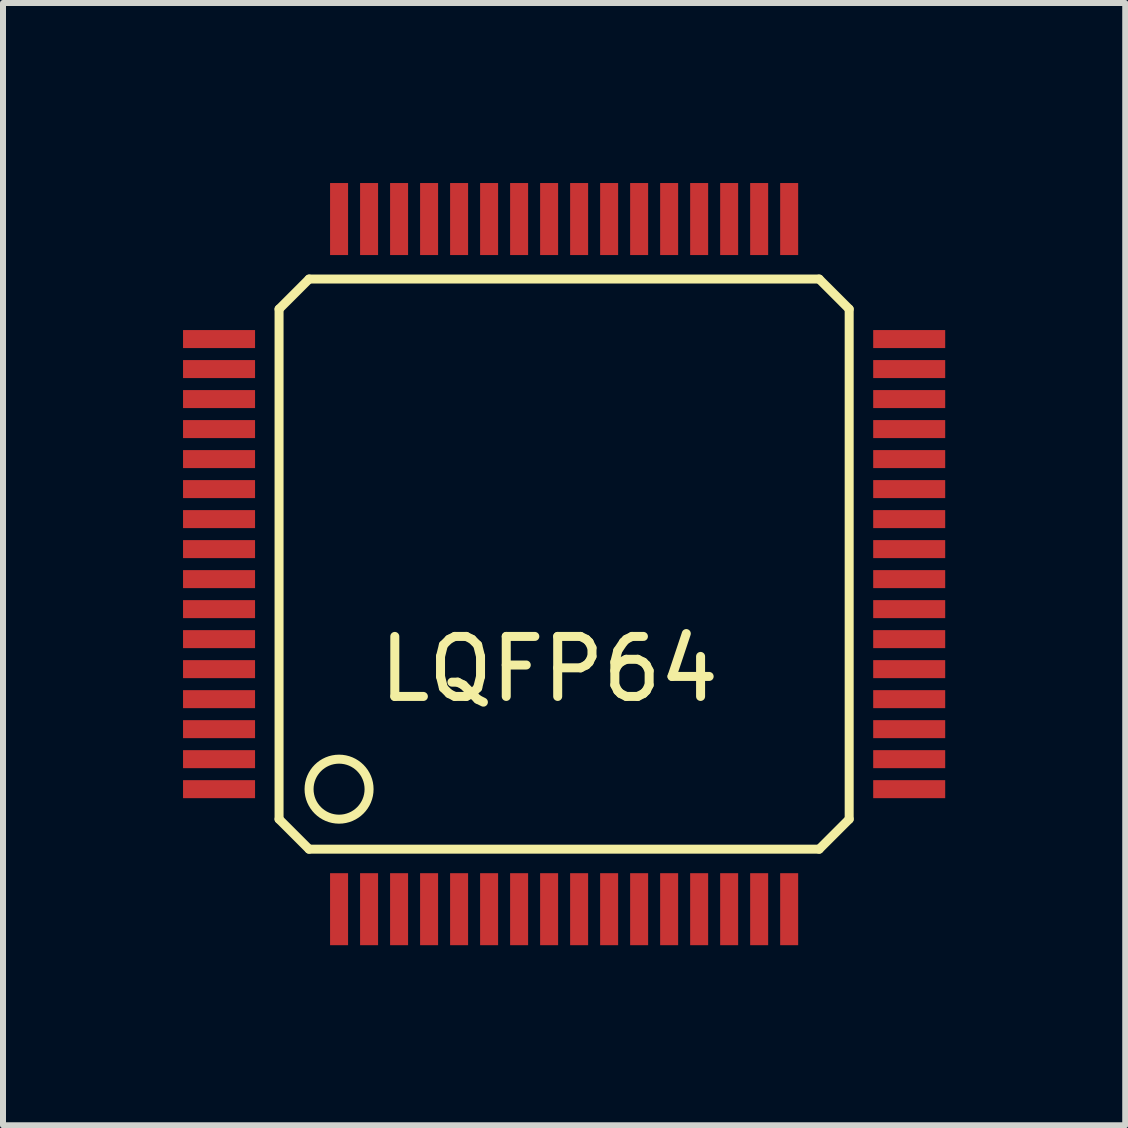
<source format=kicad_pcb>
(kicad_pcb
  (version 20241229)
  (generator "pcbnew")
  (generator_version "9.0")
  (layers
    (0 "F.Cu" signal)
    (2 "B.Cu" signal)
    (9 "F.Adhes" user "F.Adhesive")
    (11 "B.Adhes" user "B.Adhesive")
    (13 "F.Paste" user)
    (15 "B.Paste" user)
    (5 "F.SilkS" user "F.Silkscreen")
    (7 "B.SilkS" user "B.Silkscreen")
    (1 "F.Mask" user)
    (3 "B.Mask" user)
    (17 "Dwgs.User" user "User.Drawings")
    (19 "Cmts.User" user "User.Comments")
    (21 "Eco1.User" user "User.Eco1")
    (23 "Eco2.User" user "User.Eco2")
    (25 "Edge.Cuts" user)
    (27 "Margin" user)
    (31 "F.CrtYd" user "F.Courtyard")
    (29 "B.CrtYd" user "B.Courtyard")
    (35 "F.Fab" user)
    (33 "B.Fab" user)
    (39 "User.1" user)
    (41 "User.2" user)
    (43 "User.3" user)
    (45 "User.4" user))
  (footprint "LQFP64"
    (layer "F.Cu")
    (at 2.6 12.1)
    (property "Reference" "LQFP64" (at 3.5 -4 0) (layer "F.SilkS") (effects (font (size 1 1) (thickness 0.15))))
    (attr through_hole)
    (fp_line (start -1 -10) (end -1 -1.5) (stroke (width 0.15) (type solid)) (layer "F.SilkS"))
    (fp_line (start -1 -1.5) (end -0.5 -1) (stroke (width 0.15) (type solid)) (layer "F.SilkS"))
    (fp_line (start -0.5 -10.5) (end -1 -10) (stroke (width 0.15) (type solid)) (layer "F.SilkS"))
    (fp_line (start -0.5 -1) (end 8 -1) (stroke (width 0.15) (type solid)) (layer "F.SilkS"))
    (fp_line (start 8 -10.5) (end -0.5 -10.5) (stroke (width 0.15) (type solid)) (layer "F.SilkS"))
    (fp_line (start 8 -1) (end 8.5 -1.5) (stroke (width 0.15) (type solid)) (layer "F.SilkS"))
    (fp_line (start 8.5 -10) (end 8 -10.5) (stroke (width 0.15) (type solid)) (layer "F.SilkS"))
    (fp_line (start 8.5 -1.5) (end 8.5 -10) (stroke (width 0.15) (type solid)) (layer "F.SilkS"))
    (fp_circle (center 0 -2) (end 0 -2.5) (stroke (width 0.15) (type solid)) (fill no) (layer "F.SilkS"))
    (pad "1" smd rect (at 0 0) (size 0.3 1.2) (layers "F.Cu" "F.Mask" "F.Paste"))
    (pad "2" smd rect (at 0.5 0) (size 0.3 1.2) (layers "F.Cu" "F.Mask" "F.Paste"))
    (pad "3" smd rect (at 1 0) (size 0.3 1.2) (layers "F.Cu" "F.Mask" "F.Paste"))
    (pad "4" smd rect (at 1.5 0) (size 0.3 1.2) (layers "F.Cu" "F.Mask" "F.Paste"))
    (pad "5" smd rect (at 2 0) (size 0.3 1.2) (layers "F.Cu" "F.Mask" "F.Paste"))
    (pad "6" smd rect (at 2.5 0) (size 0.3 1.2) (layers "F.Cu" "F.Mask" "F.Paste"))
    (pad "7" smd rect (at 3 0) (size 0.3 1.2) (layers "F.Cu" "F.Mask" "F.Paste"))
    (pad "8" smd rect (at 3.5 0) (size 0.3 1.2) (layers "F.Cu" "F.Mask" "F.Paste"))
    (pad "9" smd rect (at 4 0) (size 0.3 1.2) (layers "F.Cu" "F.Mask" "F.Paste"))
    (pad "10" smd rect (at 4.5 0) (size 0.3 1.2) (layers "F.Cu" "F.Mask" "F.Paste"))
    (pad "11" smd rect (at 5 0) (size 0.3 1.2) (layers "F.Cu" "F.Mask" "F.Paste"))
    (pad "12" smd rect (at 5.5 0) (size 0.3 1.2) (layers "F.Cu" "F.Mask" "F.Paste"))
    (pad "13" smd rect (at 6 0) (size 0.3 1.2) (layers "F.Cu" "F.Mask" "F.Paste"))
    (pad "14" smd rect (at 6.5 0) (size 0.3 1.2) (layers "F.Cu" "F.Mask" "F.Paste"))
    (pad "15" smd rect (at 7 0) (size 0.3 1.2) (layers "F.Cu" "F.Mask" "F.Paste"))
    (pad "16" smd rect (at 7.5 0) (size 0.3 1.2) (layers "F.Cu" "F.Mask" "F.Paste"))
    (pad "17" smd rect (at 9.5 -2 90) (size 0.3 1.2) (layers "F.Cu" "F.Mask" "F.Paste"))
    (pad "18" smd rect (at 9.5 -2.5 90) (size 0.3 1.2) (layers "F.Cu" "F.Mask" "F.Paste"))
    (pad "19" smd rect (at 9.5 -3 90) (size 0.3 1.2) (layers "F.Cu" "F.Mask" "F.Paste"))
    (pad "20" smd rect (at 9.5 -3.5 90) (size 0.3 1.2) (layers "F.Cu" "F.Mask" "F.Paste"))
    (pad "21" smd rect (at 9.5 -4 90) (size 0.3 1.2) (layers "F.Cu" "F.Mask" "F.Paste"))
    (pad "22" smd rect (at 9.5 -4.5 90) (size 0.3 1.2) (layers "F.Cu" "F.Mask" "F.Paste"))
    (pad "23" smd rect (at 9.5 -5 90) (size 0.3 1.2) (layers "F.Cu" "F.Mask" "F.Paste"))
    (pad "24" smd rect (at 9.5 -5.5 90) (size 0.3 1.2) (layers "F.Cu" "F.Mask" "F.Paste"))
    (pad "25" smd rect (at 9.5 -6 90) (size 0.3 1.2) (layers "F.Cu" "F.Mask" "F.Paste"))
    (pad "26" smd rect (at 9.5 -6.5 90) (size 0.3 1.2) (layers "F.Cu" "F.Mask" "F.Paste"))
    (pad "27" smd rect (at 9.5 -7.5 90) (size 0.3 1.2) (layers "F.Cu" "F.Mask" "F.Paste"))
    (pad "27" smd rect (at 9.5 -7 90) (size 0.3 1.2) (layers "F.Cu" "F.Mask" "F.Paste"))
    (pad "29" smd rect (at 9.5 -8 90) (size 0.3 1.2) (layers "F.Cu" "F.Mask" "F.Paste"))
    (pad "30" smd rect (at 9.5 -8.5 90) (size 0.3 1.2) (layers "F.Cu" "F.Mask" "F.Paste"))
    (pad "31" smd rect (at 9.5 -9 90) (size 0.3 1.2) (layers "F.Cu" "F.Mask" "F.Paste"))
    (pad "32" smd rect (at 9.5 -9.5 90) (size 0.3 1.2) (layers "F.Cu" "F.Mask" "F.Paste"))
    (pad "33" smd rect (at 7.5 -11.5) (size 0.3 1.2) (layers "F.Cu" "F.Mask" "F.Paste"))
    (pad "34" smd rect (at 7 -11.5) (size 0.3 1.2) (layers "F.Cu" "F.Mask" "F.Paste"))
    (pad "35" smd rect (at 6.5 -11.5) (size 0.3 1.2) (layers "F.Cu" "F.Mask" "F.Paste"))
    (pad "36" smd rect (at 6 -11.5) (size 0.3 1.2) (layers "F.Cu" "F.Mask" "F.Paste"))
    (pad "37" smd rect (at 5.5 -11.5) (size 0.3 1.2) (layers "F.Cu" "F.Mask" "F.Paste"))
    (pad "38" smd rect (at 5 -11.5) (size 0.3 1.2) (layers "F.Cu" "F.Mask" "F.Paste"))
    (pad "39" smd rect (at 4.5 -11.5) (size 0.3 1.2) (layers "F.Cu" "F.Mask" "F.Paste"))
    (pad "40" smd rect (at 4 -11.5) (size 0.3 1.2) (layers "F.Cu" "F.Mask" "F.Paste"))
    (pad "41" smd rect (at 3.5 -11.5) (size 0.3 1.2) (layers "F.Cu" "F.Mask" "F.Paste"))
    (pad "42" smd rect (at 3 -11.5) (size 0.3 1.2) (layers "F.Cu" "F.Mask" "F.Paste"))
    (pad "43" smd rect (at 2.5 -11.5) (size 0.3 1.2) (layers "F.Cu" "F.Mask" "F.Paste"))
    (pad "44" smd rect (at 2 -11.5) (size 0.3 1.2) (layers "F.Cu" "F.Mask" "F.Paste"))
    (pad "45" smd rect (at 1.5 -11.5) (size 0.3 1.2) (layers "F.Cu" "F.Mask" "F.Paste"))
    (pad "46" smd rect (at 1 -11.5) (size 0.3 1.2) (layers "F.Cu" "F.Mask" "F.Paste"))
    (pad "47" smd rect (at 0.5 -11.5) (size 0.3 1.2) (layers "F.Cu" "F.Mask" "F.Paste"))
    (pad "48" smd rect (at 0 -11.5) (size 0.3 1.2) (layers "F.Cu" "F.Mask" "F.Paste"))
    (pad "49" smd rect (at -2 -9.5 90) (size 0.3 1.2) (layers "F.Cu" "F.Mask" "F.Paste"))
    (pad "50" smd rect (at -2 -9 90) (size 0.3 1.2) (layers "F.Cu" "F.Mask" "F.Paste"))
    (pad "51" smd rect (at -2 -8.5 90) (size 0.3 1.2) (layers "F.Cu" "F.Mask" "F.Paste"))
    (pad "52" smd rect (at -2 -8 90) (size 0.3 1.2) (layers "F.Cu" "F.Mask" "F.Paste"))
    (pad "53" smd rect (at -2 -7.5 90) (size 0.3 1.2) (layers "F.Cu" "F.Mask" "F.Paste"))
    (pad "54" smd rect (at -2 -7 90) (size 0.3 1.2) (layers "F.Cu" "F.Mask" "F.Paste"))
    (pad "55" smd rect (at -2 -6.5 90) (size 0.3 1.2) (layers "F.Cu" "F.Mask" "F.Paste"))
    (pad "56" smd rect (at -2 -6 90) (size 0.3 1.2) (layers "F.Cu" "F.Mask" "F.Paste"))
    (pad "57" smd rect (at -2 -5.5 90) (size 0.3 1.2) (layers "F.Cu" "F.Mask" "F.Paste"))
    (pad "58" smd rect (at -2 -5 90) (size 0.3 1.2) (layers "F.Cu" "F.Mask" "F.Paste"))
    (pad "59" smd rect (at -2 -4.5 90) (size 0.3 1.2) (layers "F.Cu" "F.Mask" "F.Paste"))
    (pad "60" smd rect (at -2 -4 90) (size 0.3 1.2) (layers "F.Cu" "F.Mask" "F.Paste"))
    (pad "61" smd rect (at -2 -3.5 90) (size 0.3 1.2) (layers "F.Cu" "F.Mask" "F.Paste"))
    (pad "62" smd rect (at -2 -3 90) (size 0.3 1.2) (layers "F.Cu" "F.Mask" "F.Paste"))
    (pad "63" smd rect (at -2 -2.5 90) (size 0.3 1.2) (layers "F.Cu" "F.Mask" "F.Paste"))
    (pad "64" smd rect (at -2 -2 90) (size 0.3 1.2) (layers "F.Cu" "F.Mask" "F.Paste")))
  (gr_rect
    (start -3 -3)
    (end 15.7 15.7)
    (stroke (width 0.1) (type default))
    (fill no)
    (layer "Edge.Cuts")))
</source>
